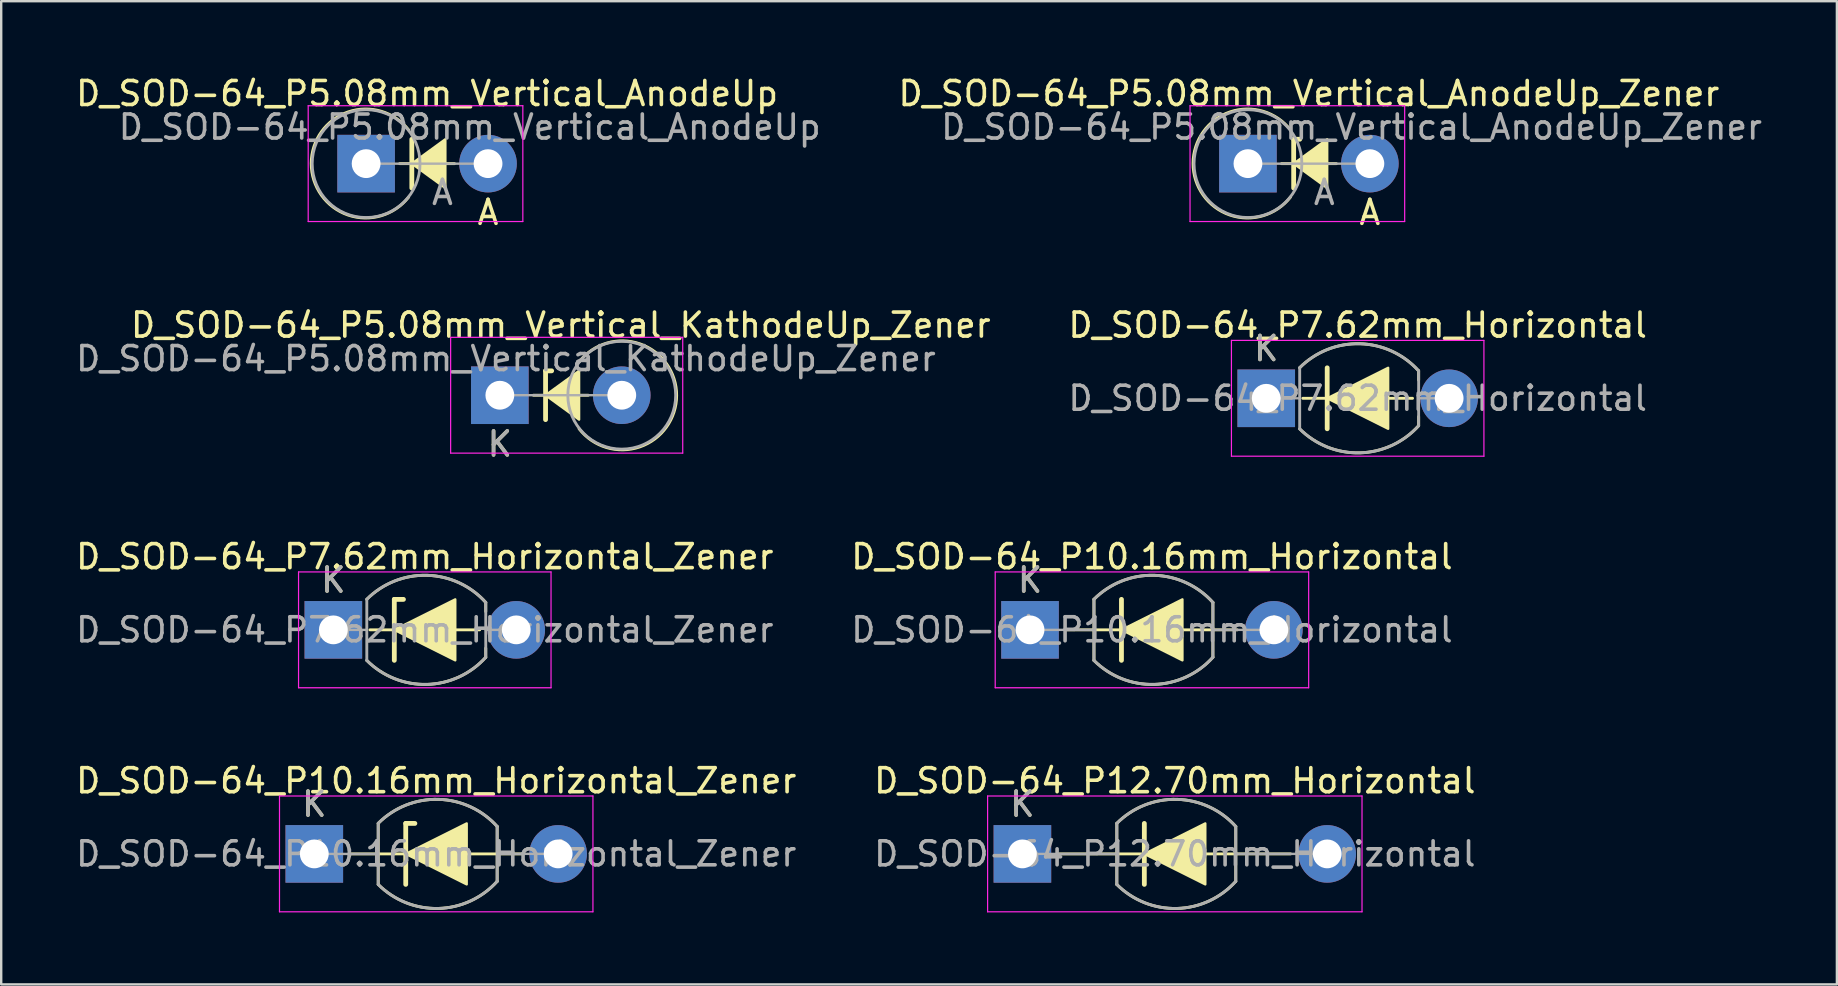
<source format=kicad_pcb>
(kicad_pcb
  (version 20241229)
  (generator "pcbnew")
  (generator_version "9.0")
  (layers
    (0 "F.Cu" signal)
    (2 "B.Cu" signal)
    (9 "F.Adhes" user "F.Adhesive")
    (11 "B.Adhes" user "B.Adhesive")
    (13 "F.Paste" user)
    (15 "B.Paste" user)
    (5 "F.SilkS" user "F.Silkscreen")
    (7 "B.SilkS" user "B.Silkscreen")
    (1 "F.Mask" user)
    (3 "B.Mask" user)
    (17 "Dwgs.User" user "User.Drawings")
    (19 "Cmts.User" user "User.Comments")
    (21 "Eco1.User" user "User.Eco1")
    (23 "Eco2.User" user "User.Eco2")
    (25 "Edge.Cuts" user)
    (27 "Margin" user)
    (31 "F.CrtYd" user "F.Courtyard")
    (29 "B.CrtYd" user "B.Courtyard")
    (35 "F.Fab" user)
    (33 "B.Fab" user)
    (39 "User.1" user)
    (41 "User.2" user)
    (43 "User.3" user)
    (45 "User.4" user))
  (footprint "D_SOD-64_P12.70mm_Horizontal"
    (layer "F.Cu")
    (at 39.549 32.528)
    (property "Reference" "D_SOD-64_P12.70mm_Horizontal" (at 6.35 -3.048 0) (layer "F.SilkS") (effects (font (size 1 1) (thickness 0.15))))
    (attr through_hole)
    (fp_line (start 1.524 0) (end 11.176 0) (stroke (width 0.12) (type solid)) (layer "F.SilkS"))
    (fp_line (start 3.934 1.27) (end 3.934 -1.273) (stroke (width 0.12) (type solid)) (layer "F.SilkS"))
    (fp_line (start 5.08 1.27) (end 5.08 -1.27) (stroke (width 0.2) (type solid)) (layer "F.SilkS"))
    (fp_line (start 8.89 -1.143) (end 8.89 1.143) (stroke (width 0.12) (type solid)) (layer "F.SilkS"))
    (fp_arc (start 3.93366 -1.27334) (mid 6.439833 -2.273039) (end 8.889998 -1.143) (stroke (width 0.12) (type solid)) (layer "F.SilkS"))
    (fp_arc (start 8.89 1.143) (mid 6.440216 2.273029) (end 3.934202 1.273879) (stroke (width 0.12) (type solid)) (layer "F.SilkS"))
    (fp_poly (pts (xy 7.62 1.27) (xy 5.08 0) (xy 7.62 -1.27)) (stroke (width 0.1) (type solid)) (fill yes) (layer "F.SilkS"))
    (fp_line (start -1.45 -2.413) (end -1.45 2.413) (stroke (width 0.05) (type solid)) (layer "F.CrtYd"))
    (fp_line (start -1.45 2.413) (end 14.15 2.413) (stroke (width 0.05) (type solid)) (layer "F.CrtYd"))
    (fp_line (start 14.15 -2.413) (end -1.45 -2.413) (stroke (width 0.05) (type solid)) (layer "F.CrtYd"))
    (fp_line (start 14.15 2.413) (end 14.15 -2.413) (stroke (width 0.05) (type solid)) (layer "F.CrtYd"))
    (fp_line (start 3.934 0.000269) (end 0 0) (stroke (width 0.1) (type solid)) (layer "F.Fab"))
    (fp_line (start 3.934 1.274) (end 3.934 -1.273) (stroke (width 0.12) (type solid)) (layer "F.Fab"))
    (fp_line (start 8.89 -1.143) (end 8.89 1.143) (stroke (width 0.12) (type solid)) (layer "F.Fab"))
    (fp_line (start 8.89 0) (end 12.7 0) (stroke (width 0.1) (type solid)) (layer "F.Fab"))
    (fp_arc (start 3.9342 -1.273879) (mid 6.440214 -2.273029) (end 8.889998 -1.143) (stroke (width 0.12) (type solid)) (layer "F.Fab"))
    (fp_arc (start 8.89 1.143) (mid 6.440216 2.273029) (end 3.934202 1.273879) (stroke (width 0.12) (type solid)) (layer "F.Fab"))
    (fp_text user "K" (at 0 -2.073 0) (layer "F.SilkS") (effects (font (size 1 1) (thickness 0.15))))
    (fp_text user "K" (at 0 -2.073 0) (layer "F.Fab") (effects (font (size 1 1) (thickness 0.15))))
    (fp_text user "${REFERENCE}" (at 6.35 0 0) (layer "F.Fab") (effects (font (size 1 1) (thickness 0.15))))
    (pad "1" thru_hole rect (at 0 0) (size 2.4 2.4) (drill 1.2) (layers "*.Cu" "*.Mask"))
    (pad "2" thru_hole oval (at 12.7 0) (size 2.4 2.4) (drill 1.2) (layers "*.Cu" "*.Mask")))
  (footprint "D_SOD-64_P5.08mm_Vertical_AnodeUp_Zener"
    (layer "F.Cu")
    (at 48.946 3.768)
    (property "Reference" "D_SOD-64_P5.08mm_Vertical_AnodeUp_Zener" (at 2.54 -2.92 0) (layer "F.SilkS") (effects (font (size 1 1) (thickness 0.15))))
    (attr through_hole)
    (fp_line (start 1.397 0) (end 2.413 0) (stroke (width 0.12) (type solid)) (layer "F.SilkS"))
    (fp_line (start 1.905 -1.016) (end 1.905 1.016) (stroke (width 0.2) (type solid)) (layer "F.SilkS"))
    (fp_line (start 1.905 -1.016) (end 2.159 -1.016) (stroke (width 0.2) (type solid)) (layer "F.SilkS"))
    (fp_line (start 1.92 0) (end 3.683 0) (stroke (width 0.12) (type solid)) (layer "F.SilkS"))
    (fp_arc (start 1.772461 1.392669) (mid -2.28629 -0.01023) (end 1.778 -1.397) (stroke (width 0.12) (type solid)) (layer "F.SilkS"))
    (fp_poly (pts (xy 3.302 1.016) (xy 1.905 0) (xy 3.302 -1.016)) (stroke (width 0.1) (type solid)) (fill yes) (layer "F.SilkS"))
    (fp_line (start -2.413 -2.413) (end -2.413 2.413) (stroke (width 0.05) (type solid)) (layer "F.CrtYd"))
    (fp_line (start -2.413 2.413) (end 6.53 2.413) (stroke (width 0.05) (type solid)) (layer "F.CrtYd"))
    (fp_line (start 6.53 -2.413) (end -2.413 -2.413) (stroke (width 0.05) (type solid)) (layer "F.CrtYd"))
    (fp_line (start 6.53 2.413) (end 6.53 -2.413) (stroke (width 0.05) (type solid)) (layer "F.CrtYd"))
    (fp_line (start 0 0) (end 5.08 0) (stroke (width 0.1) (type solid)) (layer "F.Fab"))
    (fp_circle (center 0 0) (end 1.651 -1.524) (stroke (width 0.12) (type solid)) (fill no) (layer "F.Fab"))
    (fp_text user "A" (at 5.08 2.032 0) (layer "F.SilkS") (effects (font (size 1 1) (thickness 0.15))))
    (fp_text user "${REFERENCE}" (at 4.318 -1.524 0) (layer "F.Fab") (effects (font (size 1 1) (thickness 0.15))))
    (fp_text user "A" (at 3.18 1.2 0) (layer "F.Fab") (effects (font (size 1 1) (thickness 0.15))))
    (pad "1" thru_hole rect (at 0 0) (size 2.4 2.4) (drill 1.2) (layers "*.Cu" "*.Mask"))
    (pad "2" thru_hole oval (at 5.08 0) (size 2.4 2.4) (drill 1.2) (layers "*.Cu" "*.Mask")))
  (footprint "D_SOD-64_P5.08mm_Vertical_KathodeUp_Zener"
    (layer "F.Cu")
    (at 17.776 13.417)
    (property "Reference" "D_SOD-64_P5.08mm_Vertical_KathodeUp_Zener" (at 2.54 -2.92 0) (layer "F.SilkS") (effects (font (size 1 1) (thickness 0.15))))
    (attr through_hole)
    (fp_line (start 1.397 0) (end 2.413 0) (stroke (width 0.12) (type solid)) (layer "F.SilkS"))
    (fp_line (start 1.905 -1.016) (end 1.905 1.016) (stroke (width 0.2) (type solid)) (layer "F.SilkS"))
    (fp_line (start 1.905 -1.016) (end 2.159 -1.016) (stroke (width 0.2) (type solid)) (layer "F.SilkS"))
    (fp_line (start 1.92 0) (end 3.683 0) (stroke (width 0.12) (type solid)) (layer "F.SilkS"))
    (fp_arc (start 3.307539 -1.392669) (mid 7.36629 0.01023) (end 3.302 1.397) (stroke (width 0.12) (type solid)) (layer "F.SilkS"))
    (fp_poly (pts (xy 3.302 1.016) (xy 1.905 0) (xy 3.302 -1.016)) (stroke (width 0.1) (type solid)) (fill yes) (layer "F.SilkS"))
    (fp_line (start -2.05 -2.413) (end -2.05 2.413) (stroke (width 0.05) (type solid)) (layer "F.CrtYd"))
    (fp_line (start -2.05 2.413) (end 7.62 2.413) (stroke (width 0.05) (type solid)) (layer "F.CrtYd"))
    (fp_line (start 7.62 -2.413) (end -2.05 -2.413) (stroke (width 0.05) (type solid)) (layer "F.CrtYd"))
    (fp_line (start 7.62 2.413) (end 7.62 -2.413) (stroke (width 0.05) (type solid)) (layer "F.CrtYd"))
    (fp_line (start 0 0) (end 5.08 0) (stroke (width 0.1) (type solid)) (layer "F.Fab"))
    (fp_circle (center 5.08 0) (end 3.429 -1.524) (stroke (width 0.12) (type solid)) (fill no) (layer "F.Fab"))
    (fp_text user "K" (at 0 2.032 0) (layer "F.SilkS") (effects (font (size 1 1) (thickness 0.15))))
    (fp_text user "${REFERENCE}" (at 0.254 -1.524 0) (layer "F.Fab") (effects (font (size 1 1) (thickness 0.15))))
    (fp_text user "K" (at 0 2.032 0) (layer "F.Fab") (effects (font (size 1 1) (thickness 0.15))))
    (pad "1" thru_hole rect (at 0 0) (size 2.4 2.4) (drill 1.2) (layers "*.Cu" "*.Mask"))
    (pad "2" thru_hole oval (at 5.08 0) (size 2.4 2.4) (drill 1.2) (layers "*.Cu" "*.Mask")))
  (footprint "D_SOD-64_P10.16mm_Horizontal_Zener"
    (layer "F.Cu")
    (at 10.045 32.528)
    (property "Reference" "D_SOD-64_P10.16mm_Horizontal_Zener" (at 5.08 -3.048 0) (layer "F.SilkS") (effects (font (size 1 1) (thickness 0.15))))
    (attr through_hole)
    (fp_line (start 1.524 0) (end 8.636 0) (stroke (width 0.12) (type solid)) (layer "F.SilkS"))
    (fp_line (start 2.664 1.27) (end 2.664 -1.273) (stroke (width 0.12) (type solid)) (layer "F.SilkS"))
    (fp_line (start 3.81 -1.27) (end 4.191 -1.27) (stroke (width 0.2) (type solid)) (layer "F.SilkS"))
    (fp_line (start 3.81 1.27) (end 3.81 -1.27) (stroke (width 0.2) (type solid)) (layer "F.SilkS"))
    (fp_line (start 7.62 -1.143) (end 7.62 1.143) (stroke (width 0.12) (type solid)) (layer "F.SilkS"))
    (fp_arc (start 2.66366 -1.27334) (mid 5.169833 -2.273039) (end 7.619998 -1.143) (stroke (width 0.12) (type solid)) (layer "F.SilkS"))
    (fp_arc (start 7.62 1.143) (mid 5.170216 2.273029) (end 2.664202 1.273879) (stroke (width 0.12) (type solid)) (layer "F.SilkS"))
    (fp_poly (pts (xy 6.35 1.27) (xy 3.81 0) (xy 6.35 -1.27)) (stroke (width 0.1) (type solid)) (fill yes) (layer "F.SilkS"))
    (fp_line (start -1.45 -2.413) (end -1.45 2.413) (stroke (width 0.05) (type solid)) (layer "F.CrtYd"))
    (fp_line (start -1.45 2.413) (end 11.61 2.413) (stroke (width 0.05) (type solid)) (layer "F.CrtYd"))
    (fp_line (start 11.61 -2.413) (end -1.45 -2.413) (stroke (width 0.05) (type solid)) (layer "F.CrtYd"))
    (fp_line (start 11.61 2.413) (end 11.61 -2.413) (stroke (width 0.05) (type solid)) (layer "F.CrtYd"))
    (fp_line (start 2.664 0.000269) (end 0 0) (stroke (width 0.1) (type solid)) (layer "F.Fab"))
    (fp_line (start 2.664 1.274) (end 2.664 -1.273) (stroke (width 0.12) (type solid)) (layer "F.Fab"))
    (fp_line (start 7.62 -1.143) (end 7.62 1.143) (stroke (width 0.12) (type solid)) (layer "F.Fab"))
    (fp_line (start 7.62 0) (end 10.16 0) (stroke (width 0.1) (type solid)) (layer "F.Fab"))
    (fp_arc (start 2.6642 -1.273879) (mid 5.170214 -2.273029) (end 7.619998 -1.143) (stroke (width 0.12) (type solid)) (layer "F.Fab"))
    (fp_arc (start 7.62 1.143) (mid 5.170216 2.273029) (end 2.664202 1.273879) (stroke (width 0.12) (type solid)) (layer "F.Fab"))
    (fp_text user "K" (at 0 -2.073 0) (layer "F.SilkS") (effects (font (size 1 1) (thickness 0.15))))
    (fp_text user "K" (at 0 -2.073 0) (layer "F.Fab") (effects (font (size 1 1) (thickness 0.15))))
    (fp_text user "${REFERENCE}" (at 5.08 0 0) (layer "F.Fab") (effects (font (size 1 1) (thickness 0.15))))
    (pad "1" thru_hole rect (at 0 0) (size 2.4 2.4) (drill 1.2) (layers "*.Cu" "*.Mask"))
    (pad "2" thru_hole oval (at 10.16 0) (size 2.4 2.4) (drill 1.2) (layers "*.Cu" "*.Mask")))
  (footprint "D_SOD-64_P7.62mm_Horizontal_Zener"
    (layer "F.Cu")
    (at 10.839 23.193)
    (property "Reference" "D_SOD-64_P7.62mm_Horizontal_Zener" (at 3.81 -3.048 0) (layer "F.SilkS") (effects (font (size 1 1) (thickness 0.15))))
    (attr through_hole)
    (fp_line (start 1.524 0) (end 6.096 0) (stroke (width 0.12) (type solid)) (layer "F.SilkS"))
    (fp_line (start 2.54 -1.27) (end 2.921 -1.27) (stroke (width 0.2) (type solid)) (layer "F.SilkS"))
    (fp_line (start 2.54 1.27) (end 2.54 -1.27) (stroke (width 0.2) (type solid)) (layer "F.SilkS"))
    (fp_line (start 6.35 -1.143) (end 6.35 -0.762) (stroke (width 0.12) (type solid)) (layer "F.SilkS"))
    (fp_line (start 6.35 1.143) (end 6.35 0.762) (stroke (width 0.12) (type solid)) (layer "F.SilkS"))
    (fp_arc (start 1.39366 -1.27334) (mid 3.899833 -2.273039) (end 6.349998 -1.143) (stroke (width 0.12) (type solid)) (layer "F.SilkS"))
    (fp_arc (start 6.35 1.143) (mid 3.900216 2.273029) (end 1.394202 1.273879) (stroke (width 0.12) (type solid)) (layer "F.SilkS"))
    (fp_poly (pts (xy 5.08 1.27) (xy 2.54 0) (xy 5.08 -1.27)) (stroke (width 0.1) (type solid)) (fill yes) (layer "F.SilkS"))
    (fp_line (start -1.45 -2.413) (end -1.45 2.413) (stroke (width 0.05) (type solid)) (layer "F.CrtYd"))
    (fp_line (start -1.45 2.413) (end 9.07 2.413) (stroke (width 0.05) (type solid)) (layer "F.CrtYd"))
    (fp_line (start 9.07 -2.413) (end -1.45 -2.413) (stroke (width 0.05) (type solid)) (layer "F.CrtYd"))
    (fp_line (start 9.07 2.413) (end 9.07 -2.413) (stroke (width 0.05) (type solid)) (layer "F.CrtYd"))
    (fp_line (start 0 0) (end 1.394 0.000269) (stroke (width 0.1) (type solid)) (layer "F.Fab"))
    (fp_line (start 1.394 1.274) (end 1.394 -1.273) (stroke (width 0.12) (type solid)) (layer "F.Fab"))
    (fp_line (start 6.35 -1.143) (end 6.35 1.143) (stroke (width 0.12) (type solid)) (layer "F.Fab"))
    (fp_line (start 7.62 0) (end 6.35 0) (stroke (width 0.1) (type solid)) (layer "F.Fab"))
    (fp_arc (start 1.3942 -1.273879) (mid 3.900214 -2.273029) (end 6.349998 -1.143) (stroke (width 0.12) (type solid)) (layer "F.Fab"))
    (fp_arc (start 6.35 1.143) (mid 3.900216 2.273029) (end 1.394202 1.273879) (stroke (width 0.12) (type solid)) (layer "F.Fab"))
    (fp_text user "K" (at 0 -2.073 0) (layer "F.SilkS") (effects (font (size 1 1) (thickness 0.15))))
    (fp_text user "K" (at 0 -2.073 0) (layer "F.Fab") (effects (font (size 1 1) (thickness 0.15))))
    (fp_text user "${REFERENCE}" (at 3.81 0 0) (layer "F.Fab") (effects (font (size 1 1) (thickness 0.15))))
    (pad "1" thru_hole rect (at 0 0) (size 2.4 2.4) (drill 1.2) (layers "*.Cu" "*.Mask"))
    (pad "2" thru_hole oval (at 7.62 0) (size 2.4 2.4) (drill 1.2) (layers "*.Cu" "*.Mask")))
  (footprint "D_SOD-64_P7.62mm_Horizontal"
    (layer "F.Cu")
    (at 49.708 13.545)
    (property "Reference" "D_SOD-64_P7.62mm_Horizontal" (at 3.81 -3.048 0) (layer "F.SilkS") (effects (font (size 1 1) (thickness 0.15))))
    (attr through_hole)
    (fp_line (start 1.524 0) (end 6.096 0) (stroke (width 0.12) (type solid)) (layer "F.SilkS"))
    (fp_line (start 2.54 1.27) (end 2.54 -1.27) (stroke (width 0.2) (type solid)) (layer "F.SilkS"))
    (fp_line (start 6.35 -1.143) (end 6.35 -0.762) (stroke (width 0.12) (type solid)) (layer "F.SilkS"))
    (fp_line (start 6.35 1.143) (end 6.35 0.762) (stroke (width 0.12) (type solid)) (layer "F.SilkS"))
    (fp_arc (start 1.39366 -1.27334) (mid 3.899833 -2.273039) (end 6.349998 -1.143) (stroke (width 0.12) (type solid)) (layer "F.SilkS"))
    (fp_arc (start 6.35 1.143) (mid 3.900216 2.273029) (end 1.394202 1.273879) (stroke (width 0.12) (type solid)) (layer "F.SilkS"))
    (fp_poly (pts (xy 5.08 1.27) (xy 2.54 0) (xy 5.08 -1.27)) (stroke (width 0.1) (type solid)) (fill yes) (layer "F.SilkS"))
    (fp_line (start -1.45 -2.413) (end -1.45 2.413) (stroke (width 0.05) (type solid)) (layer "F.CrtYd"))
    (fp_line (start -1.45 2.413) (end 9.07 2.413) (stroke (width 0.05) (type solid)) (layer "F.CrtYd"))
    (fp_line (start 9.07 -2.413) (end -1.45 -2.413) (stroke (width 0.05) (type solid)) (layer "F.CrtYd"))
    (fp_line (start 9.07 2.413) (end 9.07 -2.413) (stroke (width 0.05) (type solid)) (layer "F.CrtYd"))
    (fp_line (start 0 0) (end 1.394 0.000269) (stroke (width 0.1) (type solid)) (layer "F.Fab"))
    (fp_line (start 1.394 1.274) (end 1.394 -1.273) (stroke (width 0.12) (type solid)) (layer "F.Fab"))
    (fp_line (start 6.35 -1.143) (end 6.35 1.143) (stroke (width 0.12) (type solid)) (layer "F.Fab"))
    (fp_line (start 6.35 0) (end 7.62 0) (stroke (width 0.1) (type solid)) (layer "F.Fab"))
    (fp_arc (start 1.3942 -1.273879) (mid 3.900214 -2.273029) (end 6.349998 -1.143) (stroke (width 0.12) (type solid)) (layer "F.Fab"))
    (fp_arc (start 6.35 1.143) (mid 3.900216 2.273029) (end 1.394202 1.273879) (stroke (width 0.12) (type solid)) (layer "F.Fab"))
    (fp_text user "K" (at 0 -2.073 0) (layer "F.SilkS") (effects (font (size 1 1) (thickness 0.15))))
    (fp_text user "K" (at 0 -2.073 0) (layer "F.Fab") (effects (font (size 1 1) (thickness 0.15))))
    (fp_text user "${REFERENCE}" (at 3.81 0 0) (layer "F.Fab") (effects (font (size 1 1) (thickness 0.15))))
    (pad "1" thru_hole rect (at 0 0) (size 2.4 2.4) (drill 1.2) (layers "*.Cu" "*.Mask"))
    (pad "2" thru_hole oval (at 7.62 0) (size 2.4 2.4) (drill 1.2) (layers "*.Cu" "*.Mask")))
  (footprint "D_SOD-64_P10.16mm_Horizontal"
    (layer "F.Cu")
    (at 39.866 23.193)
    (property "Reference" "D_SOD-64_P10.16mm_Horizontal" (at 5.08 -3.048 0) (layer "F.SilkS") (effects (font (size 1 1) (thickness 0.15))))
    (attr through_hole)
    (fp_line (start 1.524 0) (end 8.636 0) (stroke (width 0.12) (type solid)) (layer "F.SilkS"))
    (fp_line (start 2.664 1.27) (end 2.664 -1.273) (stroke (width 0.12) (type solid)) (layer "F.SilkS"))
    (fp_line (start 3.81 1.27) (end 3.81 -1.27) (stroke (width 0.2) (type solid)) (layer "F.SilkS"))
    (fp_line (start 7.62 -1.143) (end 7.62 1.143) (stroke (width 0.12) (type solid)) (layer "F.SilkS"))
    (fp_arc (start 2.66366 -1.27334) (mid 5.169833 -2.273039) (end 7.619998 -1.143) (stroke (width 0.12) (type solid)) (layer "F.SilkS"))
    (fp_arc (start 7.62 1.143) (mid 5.170216 2.273029) (end 2.664202 1.273879) (stroke (width 0.12) (type solid)) (layer "F.SilkS"))
    (fp_poly (pts (xy 6.35 1.27) (xy 3.81 0) (xy 6.35 -1.27)) (stroke (width 0.1) (type solid)) (fill yes) (layer "F.SilkS"))
    (fp_line (start -1.45 -2.413) (end -1.45 2.413) (stroke (width 0.05) (type solid)) (layer "F.CrtYd"))
    (fp_line (start -1.45 2.413) (end 11.61 2.413) (stroke (width 0.05) (type solid)) (layer "F.CrtYd"))
    (fp_line (start 11.61 -2.413) (end -1.45 -2.413) (stroke (width 0.05) (type solid)) (layer "F.CrtYd"))
    (fp_line (start 11.61 2.413) (end 11.61 -2.413) (stroke (width 0.05) (type solid)) (layer "F.CrtYd"))
    (fp_line (start 0 0) (end 2.664 0.000269) (stroke (width 0.1) (type solid)) (layer "F.Fab"))
    (fp_line (start 2.664 1.274) (end 2.664 -1.273) (stroke (width 0.12) (type solid)) (layer "F.Fab"))
    (fp_line (start 7.62 -1.143) (end 7.62 1.143) (stroke (width 0.12) (type solid)) (layer "F.Fab"))
    (fp_line (start 10.16 0) (end 7.62 0) (stroke (width 0.1) (type solid)) (layer "F.Fab"))
    (fp_arc (start 2.6642 -1.273879) (mid 5.170214 -2.273029) (end 7.619998 -1.143) (stroke (width 0.12) (type solid)) (layer "F.Fab"))
    (fp_arc (start 7.62 1.143) (mid 5.170216 2.273029) (end 2.664202 1.273879) (stroke (width 0.12) (type solid)) (layer "F.Fab"))
    (fp_text user "K" (at 0 -2.073 0) (layer "F.SilkS") (effects (font (size 1 1) (thickness 0.15))))
    (fp_text user "${REFERENCE}" (at 5.08 0 0) (layer "F.Fab") (effects (font (size 1 1) (thickness 0.15))))
    (fp_text user "K" (at 0 -2.073 0) (layer "F.Fab") (effects (font (size 1 1) (thickness 0.15))))
    (pad "1" thru_hole rect (at 0 0) (size 2.4 2.4) (drill 1.2) (layers "*.Cu" "*.Mask"))
    (pad "2" thru_hole oval (at 10.16 0) (size 2.4 2.4) (drill 1.2) (layers "*.Cu" "*.Mask")))
  (footprint "D_SOD-64_P5.08mm_Vertical_AnodeUp"
    (layer "F.Cu")
    (at 12.204 3.768)
    (property "Reference" "D_SOD-64_P5.08mm_Vertical_AnodeUp" (at 2.54 -2.92 0) (layer "F.SilkS") (effects (font (size 1 1) (thickness 0.15))))
    (attr through_hole)
    (fp_line (start 1.397 0) (end 2.413 0) (stroke (width 0.12) (type solid)) (layer "F.SilkS"))
    (fp_line (start 1.905 -1.016) (end 1.905 1.016) (stroke (width 0.2) (type solid)) (layer "F.SilkS"))
    (fp_line (start 1.92 0) (end 3.683 0) (stroke (width 0.12) (type solid)) (layer "F.SilkS"))
    (fp_arc (start 1.772461 1.392669) (mid -2.28629 -0.01023) (end 1.778 -1.397) (stroke (width 0.12) (type solid)) (layer "F.SilkS"))
    (fp_poly (pts (xy 3.302 1.016) (xy 1.905 0) (xy 3.302 -1.016)) (stroke (width 0.1) (type solid)) (fill yes) (layer "F.SilkS"))
    (fp_line (start -2.413 -2.413) (end -2.413 2.413) (stroke (width 0.05) (type solid)) (layer "F.CrtYd"))
    (fp_line (start -2.413 2.413) (end 6.53 2.413) (stroke (width 0.05) (type solid)) (layer "F.CrtYd"))
    (fp_line (start 6.53 -2.413) (end -2.413 -2.413) (stroke (width 0.05) (type solid)) (layer "F.CrtYd"))
    (fp_line (start 6.53 2.413) (end 6.53 -2.413) (stroke (width 0.05) (type solid)) (layer "F.CrtYd"))
    (fp_line (start 0 0) (end 5.08 0) (stroke (width 0.1) (type solid)) (layer "F.Fab"))
    (fp_circle (center 0 0) (end 1.651 -1.524) (stroke (width 0.12) (type solid)) (fill no) (layer "F.Fab"))
    (fp_text user "A" (at 5.08 2.032 0) (layer "F.SilkS") (effects (font (size 1 1) (thickness 0.15))))
    (fp_text user "A" (at 3.18 1.2 0) (layer "F.Fab") (effects (font (size 1 1) (thickness 0.15))))
    (fp_text user "${REFERENCE}" (at 4.318 -1.524 0) (layer "F.Fab") (effects (font (size 1 1) (thickness 0.15))))
    (pad "1" thru_hole rect (at 0 0) (size 2.4 2.4) (drill 1.2) (layers "*.Cu" "*.Mask"))
    (pad "2" thru_hole oval (at 5.08 0) (size 2.4 2.4) (drill 1.2) (layers "*.Cu" "*.Mask")))
  (gr_rect
    (start -3 -3)
    (end 73.485 37.965)
    (stroke (width 0.1) (type default))
    (fill no)
    (layer "Edge.Cuts")))
</source>
